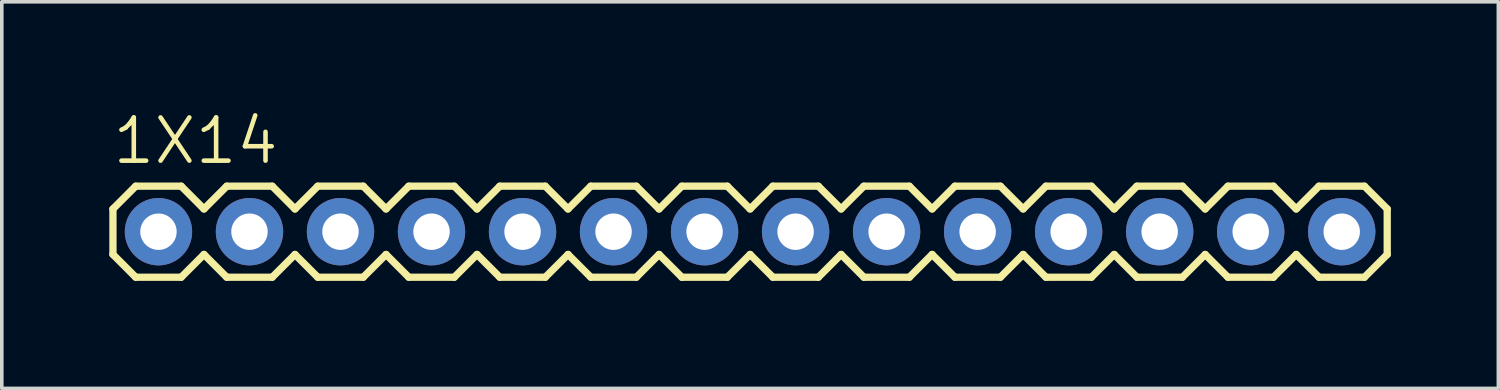
<source format=kicad_pcb>
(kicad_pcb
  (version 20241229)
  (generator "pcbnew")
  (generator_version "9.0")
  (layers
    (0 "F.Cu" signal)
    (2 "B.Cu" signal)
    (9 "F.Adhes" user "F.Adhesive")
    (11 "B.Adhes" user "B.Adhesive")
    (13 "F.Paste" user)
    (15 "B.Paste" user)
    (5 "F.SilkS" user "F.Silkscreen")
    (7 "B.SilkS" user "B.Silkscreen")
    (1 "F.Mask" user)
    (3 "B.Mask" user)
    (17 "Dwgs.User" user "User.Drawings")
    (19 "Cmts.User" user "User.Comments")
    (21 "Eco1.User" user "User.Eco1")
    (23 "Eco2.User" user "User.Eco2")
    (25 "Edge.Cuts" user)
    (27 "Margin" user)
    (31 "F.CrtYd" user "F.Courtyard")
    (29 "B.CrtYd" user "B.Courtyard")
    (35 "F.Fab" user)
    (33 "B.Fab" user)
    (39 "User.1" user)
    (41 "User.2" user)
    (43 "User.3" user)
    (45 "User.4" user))
  (footprint "1X14"
    (layer "F.Cu")
    (at 1.372 3.416)
    (property "Reference" "1X14" (at -1.346 -1.829 0) (layer "F.SilkS") (effects (font (size 1.206 1.206) (thickness 0.127)) (justify left bottom)))
    (attr through_hole)
    (fp_line (start -1.27 -0.635) (end -1.27 0.635) (stroke (width 0.203) (type solid)) (layer "F.SilkS"))
    (fp_line (start -1.27 0.635) (end -0.635 1.27) (stroke (width 0.203) (type solid)) (layer "F.SilkS"))
    (fp_line (start -0.635 -1.27) (end -1.27 -0.635) (stroke (width 0.203) (type solid)) (layer "F.SilkS"))
    (fp_line (start -0.635 -1.27) (end 0.635 -1.27) (stroke (width 0.203) (type solid)) (layer "F.SilkS"))
    (fp_line (start 0.635 -1.27) (end 1.27 -0.635) (stroke (width 0.203) (type solid)) (layer "F.SilkS"))
    (fp_line (start 0.635 1.27) (end -0.635 1.27) (stroke (width 0.203) (type solid)) (layer "F.SilkS"))
    (fp_line (start 1.27 -0.635) (end 1.905 -1.27) (stroke (width 0.203) (type solid)) (layer "F.SilkS"))
    (fp_line (start 1.27 0.635) (end 0.635 1.27) (stroke (width 0.203) (type solid)) (layer "F.SilkS"))
    (fp_line (start 1.905 -1.27) (end 3.175 -1.27) (stroke (width 0.203) (type solid)) (layer "F.SilkS"))
    (fp_line (start 1.905 1.27) (end 1.27 0.635) (stroke (width 0.203) (type solid)) (layer "F.SilkS"))
    (fp_line (start 3.175 -1.27) (end 3.81 -0.635) (stroke (width 0.203) (type solid)) (layer "F.SilkS"))
    (fp_line (start 3.175 1.27) (end 1.905 1.27) (stroke (width 0.203) (type solid)) (layer "F.SilkS"))
    (fp_line (start 3.81 -0.635) (end 4.445 -1.27) (stroke (width 0.203) (type solid)) (layer "F.SilkS"))
    (fp_line (start 3.81 0.635) (end 3.175 1.27) (stroke (width 0.203) (type solid)) (layer "F.SilkS"))
    (fp_line (start 4.445 -1.27) (end 5.715 -1.27) (stroke (width 0.203) (type solid)) (layer "F.SilkS"))
    (fp_line (start 4.445 1.27) (end 3.81 0.635) (stroke (width 0.203) (type solid)) (layer "F.SilkS"))
    (fp_line (start 5.715 -1.27) (end 6.35 -0.635) (stroke (width 0.203) (type solid)) (layer "F.SilkS"))
    (fp_line (start 5.715 1.27) (end 4.445 1.27) (stroke (width 0.203) (type solid)) (layer "F.SilkS"))
    (fp_line (start 6.35 0.635) (end 5.715 1.27) (stroke (width 0.203) (type solid)) (layer "F.SilkS"))
    (fp_line (start 6.35 0.635) (end 6.985 1.27) (stroke (width 0.203) (type solid)) (layer "F.SilkS"))
    (fp_line (start 6.985 -1.27) (end 6.35 -0.635) (stroke (width 0.203) (type solid)) (layer "F.SilkS"))
    (fp_line (start 6.985 -1.27) (end 8.255 -1.27) (stroke (width 0.203) (type solid)) (layer "F.SilkS"))
    (fp_line (start 8.255 -1.27) (end 8.89 -0.635) (stroke (width 0.203) (type solid)) (layer "F.SilkS"))
    (fp_line (start 8.255 1.27) (end 6.985 1.27) (stroke (width 0.203) (type solid)) (layer "F.SilkS"))
    (fp_line (start 8.89 -0.635) (end 9.525 -1.27) (stroke (width 0.203) (type solid)) (layer "F.SilkS"))
    (fp_line (start 8.89 0.635) (end 8.255 1.27) (stroke (width 0.203) (type solid)) (layer "F.SilkS"))
    (fp_line (start 9.525 -1.27) (end 10.795 -1.27) (stroke (width 0.203) (type solid)) (layer "F.SilkS"))
    (fp_line (start 9.525 1.27) (end 8.89 0.635) (stroke (width 0.203) (type solid)) (layer "F.SilkS"))
    (fp_line (start 10.795 -1.27) (end 11.43 -0.635) (stroke (width 0.203) (type solid)) (layer "F.SilkS"))
    (fp_line (start 10.795 1.27) (end 9.525 1.27) (stroke (width 0.203) (type solid)) (layer "F.SilkS"))
    (fp_line (start 11.43 -0.635) (end 12.065 -1.27) (stroke (width 0.203) (type solid)) (layer "F.SilkS"))
    (fp_line (start 11.43 0.635) (end 10.795 1.27) (stroke (width 0.203) (type solid)) (layer "F.SilkS"))
    (fp_line (start 12.065 -1.27) (end 13.335 -1.27) (stroke (width 0.203) (type solid)) (layer "F.SilkS"))
    (fp_line (start 12.065 1.27) (end 11.43 0.635) (stroke (width 0.203) (type solid)) (layer "F.SilkS"))
    (fp_line (start 13.335 -1.27) (end 13.97 -0.635) (stroke (width 0.203) (type solid)) (layer "F.SilkS"))
    (fp_line (start 13.335 1.27) (end 12.065 1.27) (stroke (width 0.203) (type solid)) (layer "F.SilkS"))
    (fp_line (start 13.97 0.635) (end 13.335 1.27) (stroke (width 0.203) (type solid)) (layer "F.SilkS"))
    (fp_line (start 13.97 0.635) (end 14.605 1.27) (stroke (width 0.203) (type solid)) (layer "F.SilkS"))
    (fp_line (start 14.605 -1.27) (end 13.97 -0.635) (stroke (width 0.203) (type solid)) (layer "F.SilkS"))
    (fp_line (start 14.605 -1.27) (end 15.875 -1.27) (stroke (width 0.203) (type solid)) (layer "F.SilkS"))
    (fp_line (start 15.875 -1.27) (end 16.51 -0.635) (stroke (width 0.203) (type solid)) (layer "F.SilkS"))
    (fp_line (start 15.875 1.27) (end 14.605 1.27) (stroke (width 0.203) (type solid)) (layer "F.SilkS"))
    (fp_line (start 16.51 0.635) (end 15.875 1.27) (stroke (width 0.203) (type solid)) (layer "F.SilkS"))
    (fp_line (start 16.51 0.635) (end 17.145 1.27) (stroke (width 0.203) (type solid)) (layer "F.SilkS"))
    (fp_line (start 17.145 -1.27) (end 16.51 -0.635) (stroke (width 0.203) (type solid)) (layer "F.SilkS"))
    (fp_line (start 17.145 -1.27) (end 18.415 -1.27) (stroke (width 0.203) (type solid)) (layer "F.SilkS"))
    (fp_line (start 18.415 -1.27) (end 19.05 -0.635) (stroke (width 0.203) (type solid)) (layer "F.SilkS"))
    (fp_line (start 18.415 1.27) (end 17.145 1.27) (stroke (width 0.203) (type solid)) (layer "F.SilkS"))
    (fp_line (start 19.05 -0.635) (end 19.685 -1.27) (stroke (width 0.203) (type solid)) (layer "F.SilkS"))
    (fp_line (start 19.05 0.635) (end 18.415 1.27) (stroke (width 0.203) (type solid)) (layer "F.SilkS"))
    (fp_line (start 19.685 -1.27) (end 20.955 -1.27) (stroke (width 0.203) (type solid)) (layer "F.SilkS"))
    (fp_line (start 19.685 1.27) (end 19.05 0.635) (stroke (width 0.203) (type solid)) (layer "F.SilkS"))
    (fp_line (start 20.955 -1.27) (end 21.59 -0.635) (stroke (width 0.203) (type solid)) (layer "F.SilkS"))
    (fp_line (start 20.955 1.27) (end 19.685 1.27) (stroke (width 0.203) (type solid)) (layer "F.SilkS"))
    (fp_line (start 21.59 -0.635) (end 22.225 -1.27) (stroke (width 0.203) (type solid)) (layer "F.SilkS"))
    (fp_line (start 21.59 0.635) (end 20.955 1.27) (stroke (width 0.203) (type solid)) (layer "F.SilkS"))
    (fp_line (start 22.225 -1.27) (end 23.495 -1.27) (stroke (width 0.203) (type solid)) (layer "F.SilkS"))
    (fp_line (start 22.225 1.27) (end 21.59 0.635) (stroke (width 0.203) (type solid)) (layer "F.SilkS"))
    (fp_line (start 23.495 -1.27) (end 24.13 -0.635) (stroke (width 0.203) (type solid)) (layer "F.SilkS"))
    (fp_line (start 23.495 1.27) (end 22.225 1.27) (stroke (width 0.203) (type solid)) (layer "F.SilkS"))
    (fp_line (start 24.13 0.635) (end 23.495 1.27) (stroke (width 0.203) (type solid)) (layer "F.SilkS"))
    (fp_line (start 24.13 0.635) (end 24.765 1.27) (stroke (width 0.203) (type solid)) (layer "F.SilkS"))
    (fp_line (start 24.765 -1.27) (end 24.13 -0.635) (stroke (width 0.203) (type solid)) (layer "F.SilkS"))
    (fp_line (start 24.765 -1.27) (end 26.035 -1.27) (stroke (width 0.203) (type solid)) (layer "F.SilkS"))
    (fp_line (start 26.035 -1.27) (end 26.67 -0.635) (stroke (width 0.203) (type solid)) (layer "F.SilkS"))
    (fp_line (start 26.035 1.27) (end 24.765 1.27) (stroke (width 0.203) (type solid)) (layer "F.SilkS"))
    (fp_line (start 26.67 -0.635) (end 27.305 -1.27) (stroke (width 0.203) (type solid)) (layer "F.SilkS"))
    (fp_line (start 26.67 0.635) (end 26.035 1.27) (stroke (width 0.203) (type solid)) (layer "F.SilkS"))
    (fp_line (start 27.305 -1.27) (end 28.575 -1.27) (stroke (width 0.203) (type solid)) (layer "F.SilkS"))
    (fp_line (start 27.305 1.27) (end 26.67 0.635) (stroke (width 0.203) (type solid)) (layer "F.SilkS"))
    (fp_line (start 28.575 -1.27) (end 29.21 -0.635) (stroke (width 0.203) (type solid)) (layer "F.SilkS"))
    (fp_line (start 28.575 1.27) (end 27.305 1.27) (stroke (width 0.203) (type solid)) (layer "F.SilkS"))
    (fp_line (start 29.21 -0.635) (end 29.845 -1.27) (stroke (width 0.203) (type solid)) (layer "F.SilkS"))
    (fp_line (start 29.21 0.635) (end 28.575 1.27) (stroke (width 0.203) (type solid)) (layer "F.SilkS"))
    (fp_line (start 29.845 -1.27) (end 31.115 -1.27) (stroke (width 0.203) (type solid)) (layer "F.SilkS"))
    (fp_line (start 29.845 1.27) (end 29.21 0.635) (stroke (width 0.203) (type solid)) (layer "F.SilkS"))
    (fp_line (start 31.115 -1.27) (end 31.75 -0.635) (stroke (width 0.203) (type solid)) (layer "F.SilkS"))
    (fp_line (start 31.115 1.27) (end 29.845 1.27) (stroke (width 0.203) (type solid)) (layer "F.SilkS"))
    (fp_line (start 31.75 0.635) (end 31.115 1.27) (stroke (width 0.203) (type solid)) (layer "F.SilkS"))
    (fp_line (start 31.75 0.635) (end 32.385 1.27) (stroke (width 0.203) (type solid)) (layer "F.SilkS"))
    (fp_line (start 32.385 -1.27) (end 31.75 -0.635) (stroke (width 0.203) (type solid)) (layer "F.SilkS"))
    (fp_line (start 32.385 -1.27) (end 33.655 -1.27) (stroke (width 0.203) (type solid)) (layer "F.SilkS"))
    (fp_line (start 33.655 -1.27) (end 34.29 -0.635) (stroke (width 0.203) (type solid)) (layer "F.SilkS"))
    (fp_line (start 33.655 1.27) (end 32.385 1.27) (stroke (width 0.203) (type solid)) (layer "F.SilkS"))
    (fp_line (start 34.29 -0.635) (end 34.29 0.635) (stroke (width 0.203) (type solid)) (layer "F.SilkS"))
    (fp_line (start 34.29 0.635) (end 33.655 1.27) (stroke (width 0.203) (type solid)) (layer "F.SilkS"))
    (fp_poly (pts (xy -0.254 0.254) (xy 0.254 0.254) (xy 0.254 -0.254) (xy -0.254 -0.254)) (stroke (width 0.1) (type solid)) (fill no) (layer "Dwgs.User"))
    (fp_poly (pts (xy 2.286 0.254) (xy 2.794 0.254) (xy 2.794 -0.254) (xy 2.286 -0.254)) (stroke (width 0.1) (type solid)) (fill no) (layer "Dwgs.User"))
    (fp_poly (pts (xy 4.826 0.254) (xy 5.334 0.254) (xy 5.334 -0.254) (xy 4.826 -0.254)) (stroke (width 0.1) (type solid)) (fill no) (layer "Dwgs.User"))
    (fp_poly (pts (xy 7.366 0.254) (xy 7.874 0.254) (xy 7.874 -0.254) (xy 7.366 -0.254)) (stroke (width 0.1) (type solid)) (fill no) (layer "Dwgs.User"))
    (fp_poly (pts (xy 9.906 0.254) (xy 10.414 0.254) (xy 10.414 -0.254) (xy 9.906 -0.254)) (stroke (width 0.1) (type solid)) (fill no) (layer "Dwgs.User"))
    (fp_poly (pts (xy 12.446 0.254) (xy 12.954 0.254) (xy 12.954 -0.254) (xy 12.446 -0.254)) (stroke (width 0.1) (type solid)) (fill no) (layer "Dwgs.User"))
    (fp_poly (pts (xy 14.986 0.254) (xy 15.494 0.254) (xy 15.494 -0.254) (xy 14.986 -0.254)) (stroke (width 0.1) (type solid)) (fill no) (layer "Dwgs.User"))
    (fp_poly (pts (xy 17.526 0.254) (xy 18.034 0.254) (xy 18.034 -0.254) (xy 17.526 -0.254)) (stroke (width 0.1) (type solid)) (fill no) (layer "Dwgs.User"))
    (fp_poly (pts (xy 20.066 0.254) (xy 20.574 0.254) (xy 20.574 -0.254) (xy 20.066 -0.254)) (stroke (width 0.1) (type solid)) (fill no) (layer "Dwgs.User"))
    (fp_poly (pts (xy 22.606 0.254) (xy 23.114 0.254) (xy 23.114 -0.254) (xy 22.606 -0.254)) (stroke (width 0.1) (type solid)) (fill no) (layer "Dwgs.User"))
    (fp_poly (pts (xy 25.146 0.254) (xy 25.654 0.254) (xy 25.654 -0.254) (xy 25.146 -0.254)) (stroke (width 0.1) (type solid)) (fill no) (layer "Dwgs.User"))
    (fp_poly (pts (xy 27.686 0.254) (xy 28.194 0.254) (xy 28.194 -0.254) (xy 27.686 -0.254)) (stroke (width 0.1) (type solid)) (fill no) (layer "Dwgs.User"))
    (fp_poly (pts (xy 30.226 0.254) (xy 30.734 0.254) (xy 30.734 -0.254) (xy 30.226 -0.254)) (stroke (width 0.1) (type solid)) (fill no) (layer "Dwgs.User"))
    (fp_poly (pts (xy 32.766 0.254) (xy 33.274 0.254) (xy 33.274 -0.254) (xy 32.766 -0.254)) (stroke (width 0.1) (type solid)) (fill no) (layer "Dwgs.User"))
    (pad "1" thru_hole circle (at 0 0 90) (size 1.88 1.88) (drill 1.016) (layers "*.Cu" "*.Mask"))
    (pad "2" thru_hole circle (at 2.54 0 90) (size 1.88 1.88) (drill 1.016) (layers "*.Cu" "*.Mask"))
    (pad "3" thru_hole circle (at 5.08 0 90) (size 1.88 1.88) (drill 1.016) (layers "*.Cu" "*.Mask"))
    (pad "4" thru_hole circle (at 7.62 0 90) (size 1.88 1.88) (drill 1.016) (layers "*.Cu" "*.Mask"))
    (pad "5" thru_hole circle (at 10.16 0 90) (size 1.88 1.88) (drill 1.016) (layers "*.Cu" "*.Mask"))
    (pad "6" thru_hole circle (at 12.7 0 90) (size 1.88 1.88) (drill 1.016) (layers "*.Cu" "*.Mask"))
    (pad "7" thru_hole circle (at 15.24 0 90) (size 1.88 1.88) (drill 1.016) (layers "*.Cu" "*.Mask"))
    (pad "8" thru_hole circle (at 17.78 0 90) (size 1.88 1.88) (drill 1.016) (layers "*.Cu" "*.Mask"))
    (pad "9" thru_hole circle (at 20.32 0 90) (size 1.88 1.88) (drill 1.016) (layers "*.Cu" "*.Mask"))
    (pad "10" thru_hole circle (at 22.86 0 90) (size 1.88 1.88) (drill 1.016) (layers "*.Cu" "*.Mask"))
    (pad "11" thru_hole circle (at 25.4 0 90) (size 1.88 1.88) (drill 1.016) (layers "*.Cu" "*.Mask"))
    (pad "12" thru_hole circle (at 27.94 0 90) (size 1.88 1.88) (drill 1.016) (layers "*.Cu" "*.Mask"))
    (pad "13" thru_hole circle (at 30.48 0 90) (size 1.88 1.88) (drill 1.016) (layers "*.Cu" "*.Mask"))
    (pad "14" thru_hole circle (at 33.02 0 90) (size 1.88 1.88) (drill 1.016) (layers "*.Cu" "*.Mask")))
  (gr_rect
    (start -3 -3)
    (end 38.763 7.788)
    (stroke (width 0.1) (type default))
    (fill no)
    (layer "Edge.Cuts")))
</source>
